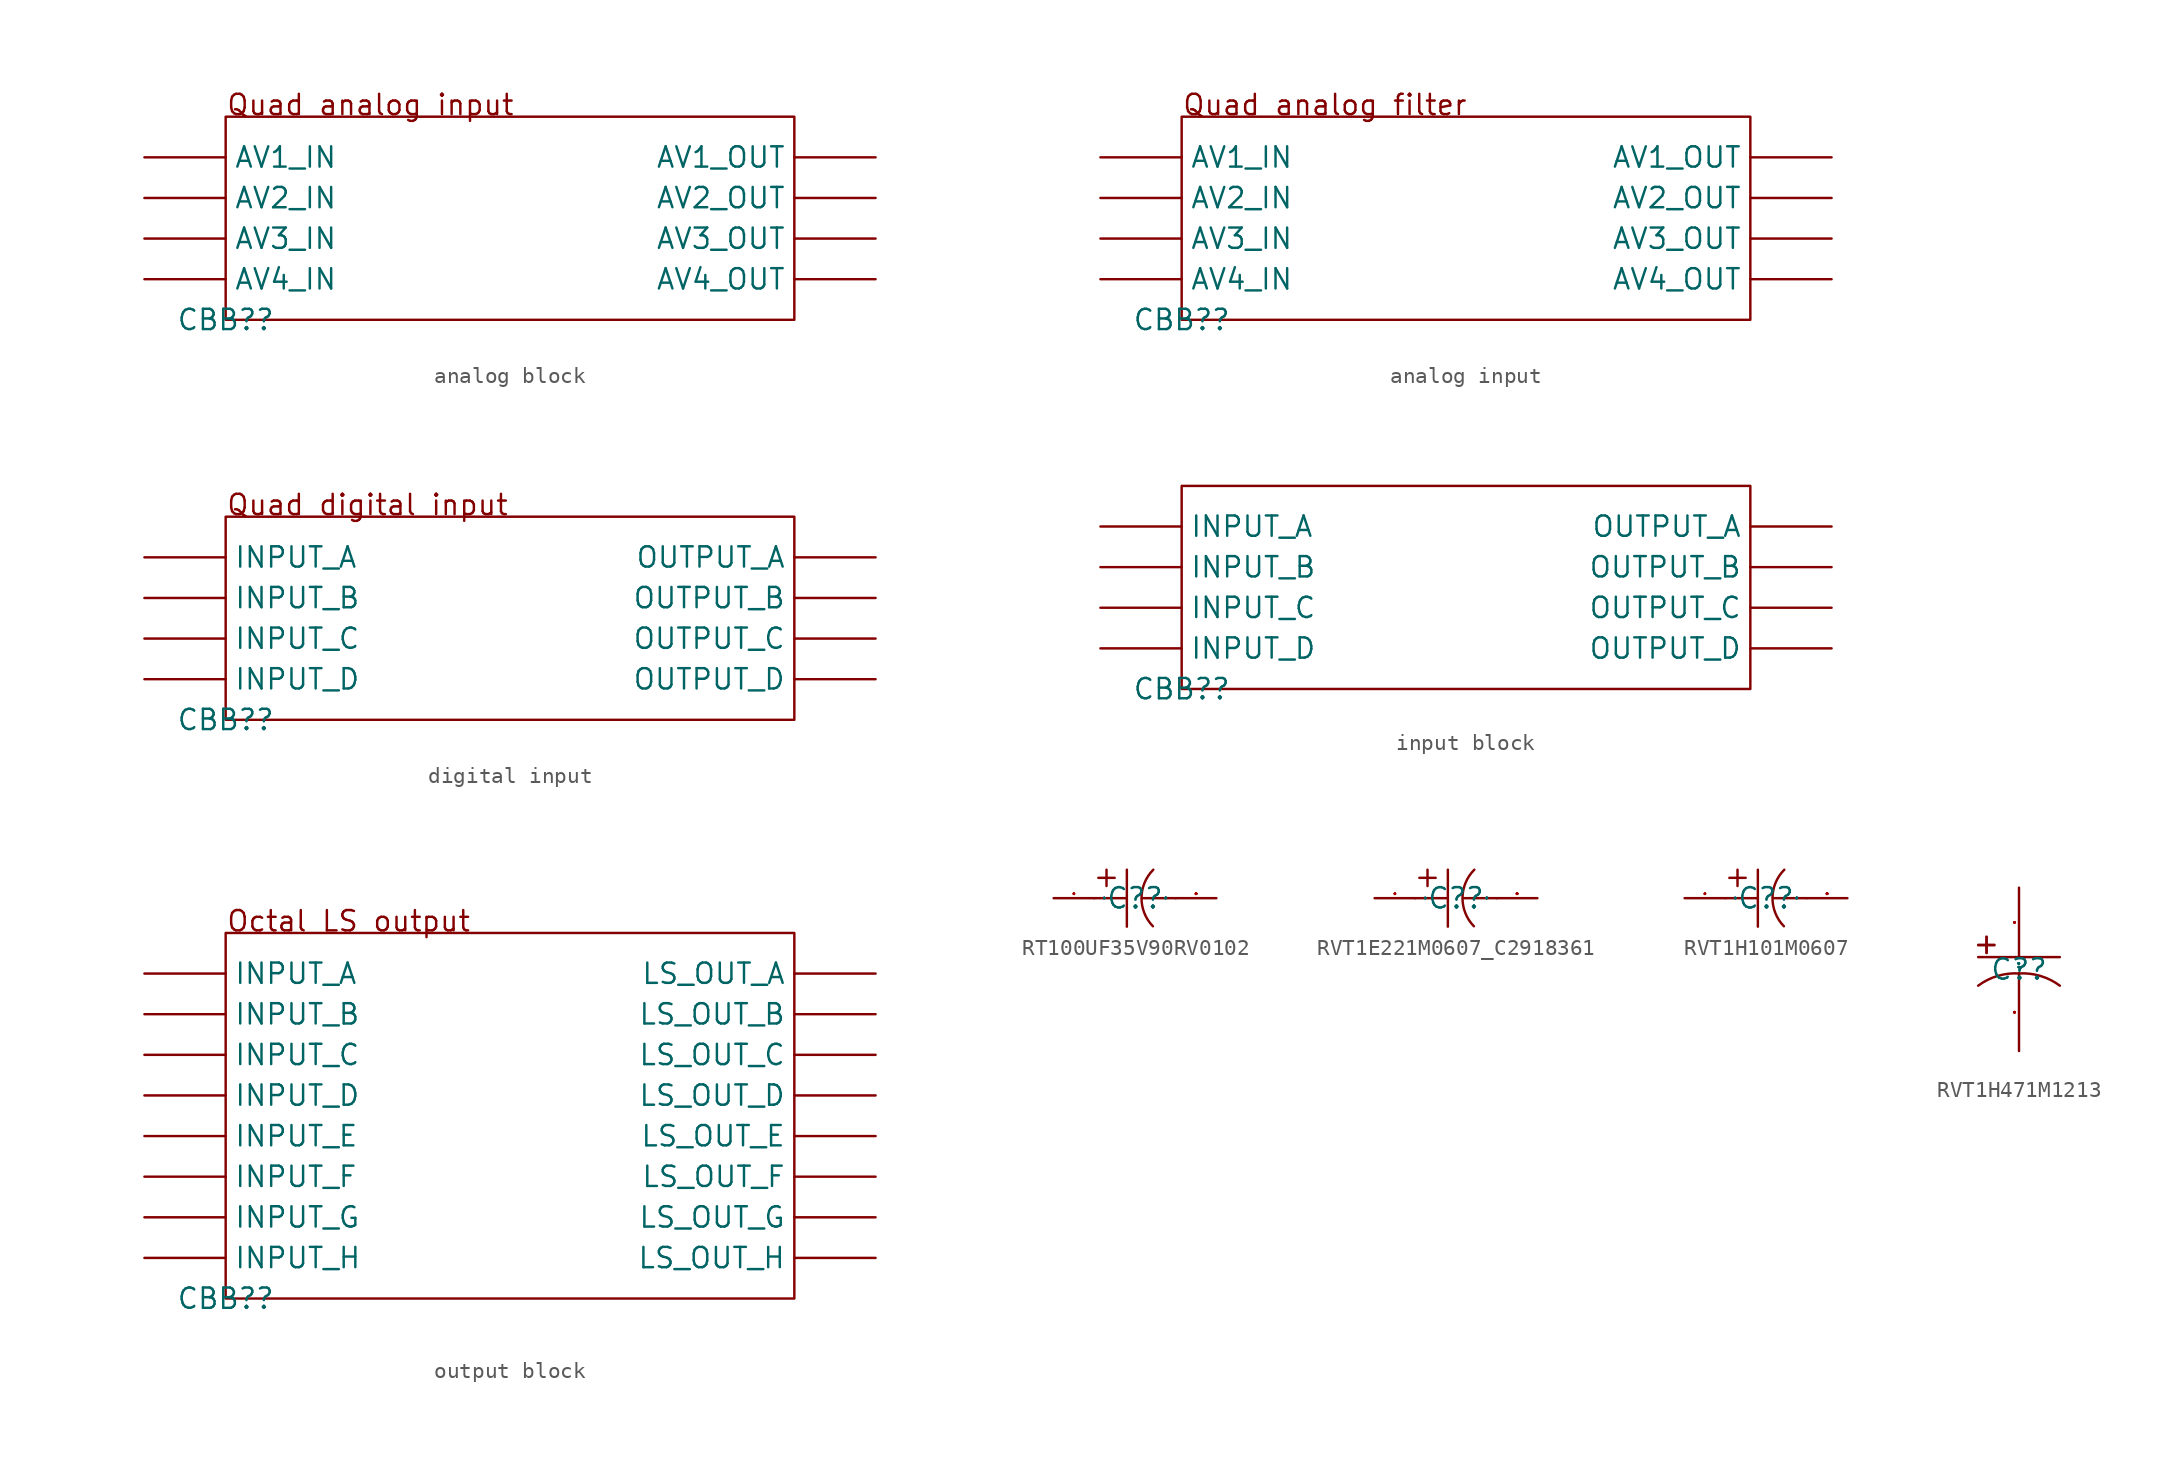
<source format=kicad_sym>
(kicad_symbol_lib
  (version 20231120)
  (generator "kicad_symbol_editor")
  (generator_version "8.0")
  (symbol "analog block"
    (property "Reference" "CBB?"
      (at 0 0 0)
      (effects (font (size 1.27 1.27))))
    (property "Value" ""
      (at 0 0 0)
      (effects (font (size 1.27 1.27))))
    (symbol "analog block_1_0"
      (rectangle (start 0 12.7) (end 35.56 0) (stroke (width 0) (type default)) (fill (type none)))
      (text "Quad analog input" (at 0 12.7 0) (effects (font (size 1.27 1.27)) (justify left bottom)))
      (pin input line (at -5.08 10.16 0) (length 5.08) (name "AV1_IN" (effects (font (size 1.27 1.27)))) (number "" (effects (font (size 1.27 1.27)))))
      (pin output line (at 40.64 10.16 180) (length 5.08) (name "AV1_OUT" (effects (font (size 1.27 1.27)))) (number "" (effects (font (size 1.27 1.27)))))
      (pin input line (at -5.08 7.62 0) (length 5.08) (name "AV2_IN" (effects (font (size 1.27 1.27)))) (number "" (effects (font (size 1.27 1.27)))))
      (pin output line (at 40.64 7.62 180) (length 5.08) (name "AV2_OUT" (effects (font (size 1.27 1.27)))) (number "" (effects (font (size 1.27 1.27)))))
      (pin input line (at -5.08 5.08 0) (length 5.08) (name "AV3_IN" (effects (font (size 1.27 1.27)))) (number "" (effects (font (size 1.27 1.27)))))
      (pin output line (at 40.64 5.08 180) (length 5.08) (name "AV3_OUT" (effects (font (size 1.27 1.27)))) (number "" (effects (font (size 1.27 1.27)))))
      (pin input line (at -5.08 2.54 0) (length 5.08) (name "AV4_IN" (effects (font (size 1.27 1.27)))) (number "" (effects (font (size 1.27 1.27)))))
      (pin output line (at 40.64 2.54 180) (length 5.08) (name "AV4_OUT" (effects (font (size 1.27 1.27)))) (number "" (effects (font (size 1.27 1.27)))))))
  (symbol "analog input"
    (property "Reference" "CBB?"
      (at 0 0 0)
      (effects (font (size 1.27 1.27))))
    (property "Value" ""
      (at 0 0 0)
      (effects (font (size 1.27 1.27))))
    (symbol "analog input_1_0"
      (rectangle (start 0 12.7) (end 35.56 0) (stroke (width 0) (type default)) (fill (type none)))
      (text "Quad analog filter" (at 0 12.7 0) (effects (font (size 1.27 1.27)) (justify left bottom)))
      (pin input line (at -5.08 10.16 0) (length 5.08) (name "AV1_IN" (effects (font (size 1.27 1.27)))) (number "" (effects (font (size 1.27 1.27)))))
      (pin output line (at 40.64 10.16 180) (length 5.08) (name "AV1_OUT" (effects (font (size 1.27 1.27)))) (number "" (effects (font (size 1.27 1.27)))))
      (pin input line (at -5.08 7.62 0) (length 5.08) (name "AV2_IN" (effects (font (size 1.27 1.27)))) (number "" (effects (font (size 1.27 1.27)))))
      (pin output line (at 40.64 7.62 180) (length 5.08) (name "AV2_OUT" (effects (font (size 1.27 1.27)))) (number "" (effects (font (size 1.27 1.27)))))
      (pin input line (at -5.08 5.08 0) (length 5.08) (name "AV3_IN" (effects (font (size 1.27 1.27)))) (number "" (effects (font (size 1.27 1.27)))))
      (pin output line (at 40.64 5.08 180) (length 5.08) (name "AV3_OUT" (effects (font (size 1.27 1.27)))) (number "" (effects (font (size 1.27 1.27)))))
      (pin input line (at -5.08 2.54 0) (length 5.08) (name "AV4_IN" (effects (font (size 1.27 1.27)))) (number "" (effects (font (size 1.27 1.27)))))
      (pin output line (at 40.64 2.54 180) (length 5.08) (name "AV4_OUT" (effects (font (size 1.27 1.27)))) (number "" (effects (font (size 1.27 1.27)))))))
  (symbol "digital input"
    (property "Reference" "CBB?"
      (at 0 0 0)
      (effects (font (size 1.27 1.27))))
    (property "Value" ""
      (at 0 0 0)
      (effects (font (size 1.27 1.27))))
    (symbol "digital input_1_0"
      (rectangle (start 0 12.7) (end 35.56 0) (stroke (width 0) (type default)) (fill (type none)))
      (text "Quad digital input" (at 0 12.7 0) (effects (font (size 1.27 1.27)) (justify left bottom)))
      (pin input line (at -5.08 10.16 0) (length 5.08) (name "INPUT_A" (effects (font (size 1.27 1.27)))) (number "" (effects (font (size 1.27 1.27)))))
      (pin input line (at -5.08 7.62 0) (length 5.08) (name "INPUT_B" (effects (font (size 1.27 1.27)))) (number "" (effects (font (size 1.27 1.27)))))
      (pin input line (at -5.08 5.08 0) (length 5.08) (name "INPUT_C" (effects (font (size 1.27 1.27)))) (number "" (effects (font (size 1.27 1.27)))))
      (pin input line (at -5.08 2.54 0) (length 5.08) (name "INPUT_D" (effects (font (size 1.27 1.27)))) (number "" (effects (font (size 1.27 1.27)))))
      (pin output line (at 40.64 10.16 180) (length 5.08) (name "OUTPUT_A" (effects (font (size 1.27 1.27)))) (number "" (effects (font (size 1.27 1.27)))))
      (pin output line (at 40.64 7.62 180) (length 5.08) (name "OUTPUT_B" (effects (font (size 1.27 1.27)))) (number "" (effects (font (size 1.27 1.27)))))
      (pin output line (at 40.64 5.08 180) (length 5.08) (name "OUTPUT_C" (effects (font (size 1.27 1.27)))) (number "" (effects (font (size 1.27 1.27)))))
      (pin output line (at 40.64 2.54 180) (length 5.08) (name "OUTPUT_D" (effects (font (size 1.27 1.27)))) (number "" (effects (font (size 1.27 1.27)))))))
  (symbol "input block"
    (property "Reference" "CBB?"
      (at 0 0 0)
      (effects (font (size 1.27 1.27))))
    (property "Value" ""
      (at 0 0 0)
      (effects (font (size 1.27 1.27))))
    (symbol "input block_1_0"
      (rectangle (start 0 12.7) (end 35.56 0) (stroke (width 0) (type default)) (fill (type none)))
      (pin input line (at -5.08 10.16 0) (length 5.08) (name "INPUT_A" (effects (font (size 1.27 1.27)))) (number "" (effects (font (size 1.27 1.27)))))
      (pin input line (at -5.08 7.62 0) (length 5.08) (name "INPUT_B" (effects (font (size 1.27 1.27)))) (number "" (effects (font (size 1.27 1.27)))))
      (pin input line (at -5.08 5.08 0) (length 5.08) (name "INPUT_C" (effects (font (size 1.27 1.27)))) (number "" (effects (font (size 1.27 1.27)))))
      (pin input line (at -5.08 2.54 0) (length 5.08) (name "INPUT_D" (effects (font (size 1.27 1.27)))) (number "" (effects (font (size 1.27 1.27)))))
      (pin output line (at 40.64 10.16 180) (length 5.08) (name "OUTPUT_A" (effects (font (size 1.27 1.27)))) (number "" (effects (font (size 1.27 1.27)))))
      (pin output line (at 40.64 7.62 180) (length 5.08) (name "OUTPUT_B" (effects (font (size 1.27 1.27)))) (number "" (effects (font (size 1.27 1.27)))))
      (pin output line (at 40.64 5.08 180) (length 5.08) (name "OUTPUT_C" (effects (font (size 1.27 1.27)))) (number "" (effects (font (size 1.27 1.27)))))
      (pin output line (at 40.64 2.54 180) (length 5.08) (name "OUTPUT_D" (effects (font (size 1.27 1.27)))) (number "" (effects (font (size 1.27 1.27)))))))
  (symbol "output block"
    (property "Reference" "CBB?"
      (at 0 0 0)
      (effects (font (size 1.27 1.27))))
    (property "Value" ""
      (at 0 0 0)
      (effects (font (size 1.27 1.27))))
    (symbol "output block_1_0"
      (rectangle (start 0 22.86) (end 35.56 0) (stroke (width 0) (type default)) (fill (type none)))
      (text "Octal LS output" (at 0 22.86 0) (effects (font (size 1.27 1.27)) (justify left bottom)))
      (pin input line (at -5.08 20.32 0) (length 5.08) (name "INPUT_A" (effects (font (size 1.27 1.27)))) (number "" (effects (font (size 1.27 1.27)))))
      (pin input line (at -5.08 17.78 0) (length 5.08) (name "INPUT_B" (effects (font (size 1.27 1.27)))) (number "" (effects (font (size 1.27 1.27)))))
      (pin input line (at -5.08 15.24 0) (length 5.08) (name "INPUT_C" (effects (font (size 1.27 1.27)))) (number "" (effects (font (size 1.27 1.27)))))
      (pin input line (at -5.08 12.7 0) (length 5.08) (name "INPUT_D" (effects (font (size 1.27 1.27)))) (number "" (effects (font (size 1.27 1.27)))))
      (pin input line (at -5.08 10.16 0) (length 5.08) (name "INPUT_E" (effects (font (size 1.27 1.27)))) (number "" (effects (font (size 1.27 1.27)))))
      (pin input line (at -5.08 7.62 0) (length 5.08) (name "INPUT_F" (effects (font (size 1.27 1.27)))) (number "" (effects (font (size 1.27 1.27)))))
      (pin input line (at -5.08 5.08 0) (length 5.08) (name "INPUT_G" (effects (font (size 1.27 1.27)))) (number "" (effects (font (size 1.27 1.27)))))
      (pin input line (at -5.08 2.54 0) (length 5.08) (name "INPUT_H" (effects (font (size 1.27 1.27)))) (number "" (effects (font (size 1.27 1.27)))))
      (pin output line (at 40.64 20.32 180) (length 5.08) (name "LS_OUT_A" (effects (font (size 1.27 1.27)))) (number "" (effects (font (size 1.27 1.27)))))
      (pin output line (at 40.64 17.78 180) (length 5.08) (name "LS_OUT_B" (effects (font (size 1.27 1.27)))) (number "" (effects (font (size 1.27 1.27)))))
      (pin output line (at 40.64 15.24 180) (length 5.08) (name "LS_OUT_C" (effects (font (size 1.27 1.27)))) (number "" (effects (font (size 1.27 1.27)))))
      (pin output line (at 40.64 12.7 180) (length 5.08) (name "LS_OUT_D" (effects (font (size 1.27 1.27)))) (number "" (effects (font (size 1.27 1.27)))))
      (pin output line (at 40.64 10.16 180) (length 5.08) (name "LS_OUT_E" (effects (font (size 1.27 1.27)))) (number "" (effects (font (size 1.27 1.27)))))
      (pin output line (at 40.64 7.62 180) (length 5.08) (name "LS_OUT_F" (effects (font (size 1.27 1.27)))) (number "" (effects (font (size 1.27 1.27)))))
      (pin output line (at 40.64 5.08 180) (length 5.08) (name "LS_OUT_G" (effects (font (size 1.27 1.27)))) (number "" (effects (font (size 1.27 1.27)))))
      (pin output line (at 40.64 2.54 180) (length 5.08) (name "LS_OUT_H" (effects (font (size 1.27 1.27)))) (number "" (effects (font (size 1.27 1.27)))))))
  (symbol "RT100UF35V90RV0102"
    (property "Reference" "C?"
      (at 0 0 0)
      (effects (font (size 1.27 1.27))))
    (property "Value" ""
      (at 0 0 0)
      (effects (font (size 1.27 1.27))))
    (symbol "RT100UF35V90RV0102_1_0"
      (polyline (pts (xy -2.54 0) (xy -0.508 0)) (stroke (width 0) (type default)) (fill (type none)))
      (polyline (pts (xy -2.286 1.27) (xy -1.27 1.27)) (stroke (width 0) (type default)) (fill (type none)))
      (polyline (pts (xy -1.778 1.778) (xy -1.778 0.762)) (stroke (width 0) (type default)) (fill (type none)))
      (polyline (pts (xy -0.508 1.778) (xy -0.508 -1.778)) (stroke (width 0) (type default)) (fill (type none)))
      (polyline (pts (xy 0.508 0) (xy 2.54 0)) (stroke (width 0) (type default)) (fill (type none)))
      (arc (start 1.143 1.778) (mid 0.4065 0.0179) (end 1.1176 -1.7526) (stroke (width 0) (type default)) (fill (type none)))
      (pin input line (at -5.08 0 0) (length 2.54) (name "1" (effects (font (size 0.025 0.025)))) (number "1" (effects (font (size 0.025 0.025)))))
      (pin input line (at 5.08 0 180) (length 2.54) (name "2" (effects (font (size 0.025 0.025)))) (number "2" (effects (font (size 0.025 0.025)))))))
  (symbol "RVT1E221M0607_C2918361"
    (property "Reference" "C?"
      (at 0 0 0)
      (effects (font (size 1.27 1.27))))
    (property "Value" ""
      (at 0 0 0)
      (effects (font (size 1.27 1.27))))
    (symbol "RVT1E221M0607_C2918361_1_0"
      (polyline (pts (xy -2.54 0) (xy -0.508 0)) (stroke (width 0) (type default)) (fill (type none)))
      (polyline (pts (xy -2.286 1.27) (xy -1.27 1.27)) (stroke (width 0) (type default)) (fill (type none)))
      (polyline (pts (xy -1.778 1.778) (xy -1.778 0.762)) (stroke (width 0) (type default)) (fill (type none)))
      (polyline (pts (xy -0.508 1.778) (xy -0.508 -1.778)) (stroke (width 0) (type default)) (fill (type none)))
      (polyline (pts (xy 0.508 0) (xy 2.54 0)) (stroke (width 0) (type default)) (fill (type none)))
      (arc (start 1.143 1.778) (mid 0.4065 0.0179) (end 1.1176 -1.7526) (stroke (width 0) (type default)) (fill (type none)))
      (pin input line (at -5.08 0 0) (length 2.54) (name "1" (effects (font (size 0.025 0.025)))) (number "1" (effects (font (size 0.025 0.025)))))
      (pin input line (at 5.08 0 180) (length 2.54) (name "2" (effects (font (size 0.025 0.025)))) (number "2" (effects (font (size 0.025 0.025)))))))
  (symbol "RVT1H101M0607"
    (property "Reference" "C?"
      (at 0 0 0)
      (effects (font (size 1.27 1.27))))
    (property "Value" ""
      (at 0 0 0)
      (effects (font (size 1.27 1.27))))
    (symbol "RVT1H101M0607_1_0"
      (polyline (pts (xy -2.54 0) (xy -0.508 0)) (stroke (width 0) (type default)) (fill (type none)))
      (polyline (pts (xy -2.286 1.27) (xy -1.27 1.27)) (stroke (width 0) (type default)) (fill (type none)))
      (polyline (pts (xy -1.778 1.778) (xy -1.778 0.762)) (stroke (width 0) (type default)) (fill (type none)))
      (polyline (pts (xy -0.508 1.778) (xy -0.508 -1.778)) (stroke (width 0) (type default)) (fill (type none)))
      (polyline (pts (xy 0.508 0) (xy 2.54 0)) (stroke (width 0) (type default)) (fill (type none)))
      (arc (start 1.143 1.778) (mid 0.4065 0.0179) (end 1.1176 -1.7526) (stroke (width 0) (type default)) (fill (type none)))
      (pin input line (at -5.08 0 0) (length 2.54) (name "1" (effects (font (size 0.025 0.025)))) (number "1" (effects (font (size 0.025 0.025)))))
      (pin input line (at 5.08 0 180) (length 2.54) (name "2" (effects (font (size 0.025 0.025)))) (number "2" (effects (font (size 0.025 0.025)))))))
  (symbol "RVT1H471M1213"
    (property "Reference" "C?"
      (at 0 0 0)
      (effects (font (size 1.27 1.27))))
    (property "Value" ""
      (at 0 0 0)
      (effects (font (size 1.27 1.27))))
    (symbol "RVT1H471M1213_1_0"
      (rectangle (start -2.54 1.499) (end -1.524 1.524) (stroke (width 0) (type default)) (fill (type none)))
      (rectangle (start -2.032 1.016) (end -2.007 2.032) (stroke (width 0) (type default)) (fill (type none)))
      (arc (start 0 -0.254) (mid -1.3371 -0.4113) (end -2.54 -1.016) (stroke (width 0) (type default)) (fill (type none)))
      (polyline (pts (xy -2.54 0.762) (xy 2.54 0.762)) (stroke (width 0) (type default)) (fill (type none)))
      (arc (start 2.54 -1.016) (mid 1.3371 -0.4112) (end 0 -0.254) (stroke (width 0) (type default)) (fill (type none)))
      (pin unspecified line (at 0 5.08 270) (length 4.318) (name "1" (effects (font (size 0.025 0.025)))) (number "1" (effects (font (size 0.025 0.025)))))
      (pin unspecified line (at 0 -5.08 90) (length 4.826) (name "2" (effects (font (size 0.025 0.025)))) (number "2" (effects (font (size 0.025 0.025))))))))
</source>
